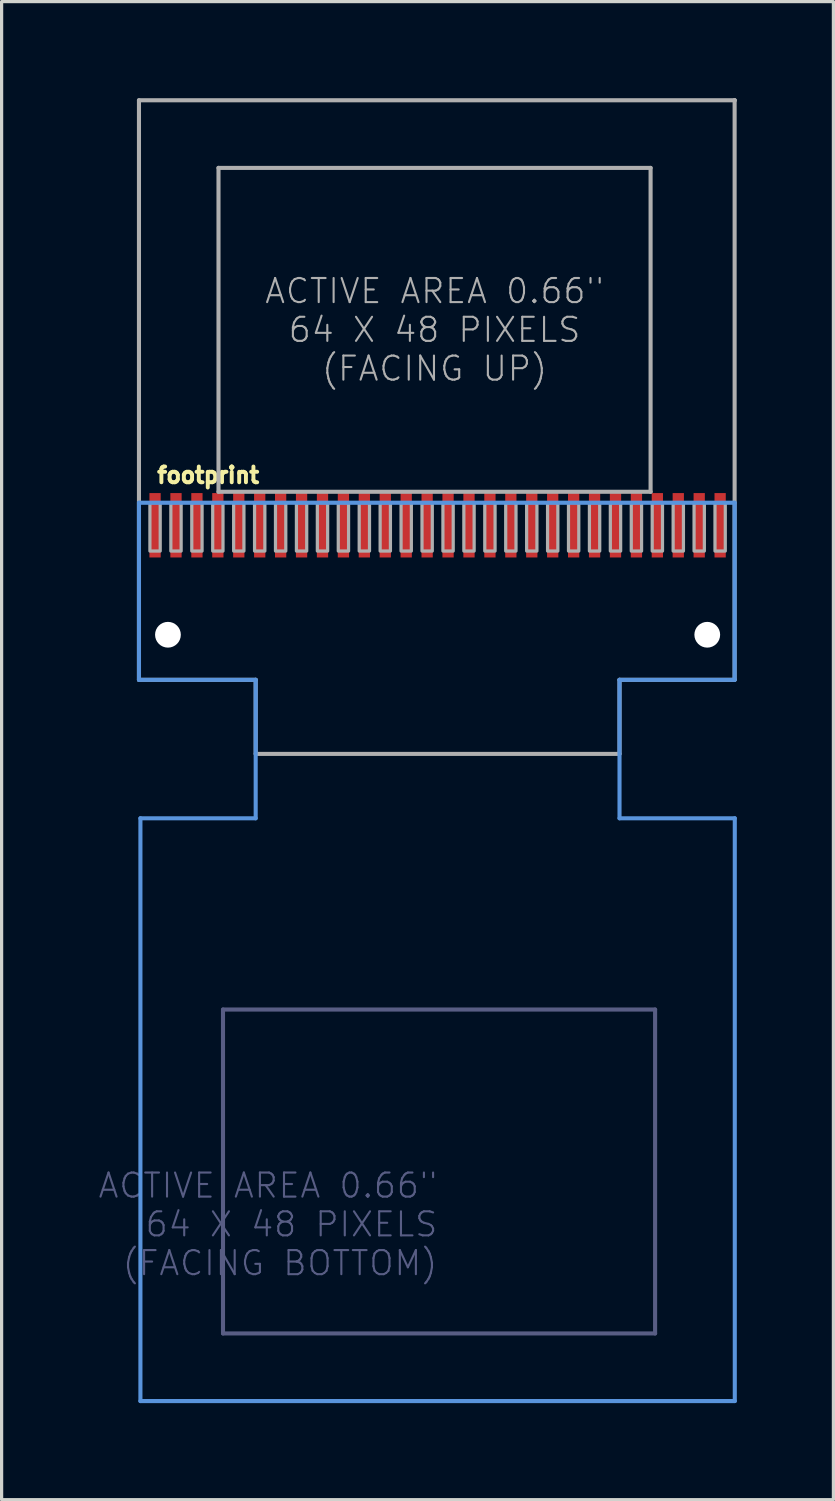
<source format=kicad_pcb>
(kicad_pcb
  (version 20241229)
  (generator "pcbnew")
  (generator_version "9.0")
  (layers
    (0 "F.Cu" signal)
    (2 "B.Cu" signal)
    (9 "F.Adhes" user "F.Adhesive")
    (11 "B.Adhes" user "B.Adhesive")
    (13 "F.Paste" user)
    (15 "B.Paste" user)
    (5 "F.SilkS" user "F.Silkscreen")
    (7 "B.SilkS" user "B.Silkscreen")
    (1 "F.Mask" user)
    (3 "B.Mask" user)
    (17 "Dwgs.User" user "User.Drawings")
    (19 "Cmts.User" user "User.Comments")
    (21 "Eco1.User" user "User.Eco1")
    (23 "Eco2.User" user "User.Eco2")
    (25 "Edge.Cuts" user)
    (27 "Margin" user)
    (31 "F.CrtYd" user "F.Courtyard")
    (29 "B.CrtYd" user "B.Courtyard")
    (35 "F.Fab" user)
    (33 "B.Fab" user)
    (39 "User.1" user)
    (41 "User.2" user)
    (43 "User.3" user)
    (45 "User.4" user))
  (footprint "footprint"
    (layer "F.Cu")
    (at 10.541 13.264)
    (property "Reference" "footprint" (at -8.775 -1.27 0) (layer "F.SilkS") (effects (font (size 0.488 0.488) (thickness 0.122)) (justify left bottom)))
    (fp_line (start -9.275 -0.7) (end -9.275 4.8) (stroke (width 0.127) (type solid)) (layer "Cmts.User"))
    (fp_line (start -9.275 4.8) (end -5.65 4.8) (stroke (width 0.127) (type solid)) (layer "Cmts.User"))
    (fp_line (start -9.23 9.1) (end -9.23 27.2) (stroke (width 0.127) (type solid)) (layer "Cmts.User"))
    (fp_line (start -9.23 27.2) (end 9.23 27.2) (stroke (width 0.127) (type solid)) (layer "Cmts.User"))
    (fp_line (start -5.65 4.8) (end -5.65 9.1) (stroke (width 0.127) (type solid)) (layer "Cmts.User"))
    (fp_line (start -5.65 9.1) (end -9.23 9.1) (stroke (width 0.127) (type solid)) (layer "Cmts.User"))
    (fp_line (start 5.65 4.8) (end 9.225 4.8) (stroke (width 0.127) (type solid)) (layer "Cmts.User"))
    (fp_line (start 5.65 9.1) (end 5.65 4.8) (stroke (width 0.127) (type solid)) (layer "Cmts.User"))
    (fp_line (start 9.225 -0.7) (end -9.275 -0.7) (stroke (width 0.127) (type solid)) (layer "Cmts.User"))
    (fp_line (start 9.225 4.8) (end 9.225 -0.7) (stroke (width 0.127) (type solid)) (layer "Cmts.User"))
    (fp_line (start 9.23 9.1) (end 5.65 9.1) (stroke (width 0.127) (type solid)) (layer "Cmts.User"))
    (fp_line (start 9.23 27.2) (end 9.23 9.1) (stroke (width 0.127) (type solid)) (layer "Cmts.User"))
    (fp_line (start -6.665 15.04) (end -6.665 25.1) (stroke (width 0.127) (type solid)) (layer "B.Fab"))
    (fp_line (start -6.665 25.1) (end 6.755 25.1) (stroke (width 0.127) (type solid)) (layer "B.Fab"))
    (fp_line (start 6.755 15.04) (end -6.665 15.04) (stroke (width 0.127) (type solid)) (layer "B.Fab"))
    (fp_line (start 6.755 25.1) (end 6.755 15.04) (stroke (width 0.127) (type solid)) (layer "B.Fab"))
    (fp_line (start -9.275 -13.2) (end -9.275 4.8) (stroke (width 0.127) (type solid)) (layer "F.Fab"))
    (fp_line (start -9.275 -13.2) (end 9.225 -13.2) (stroke (width 0.127) (type solid)) (layer "F.Fab"))
    (fp_line (start -9.275 4.8) (end -5.65 4.8) (stroke (width 0.127) (type solid)) (layer "F.Fab"))
    (fp_line (start -6.805 -11.1) (end -6.805 -1.04) (stroke (width 0.127) (type solid)) (layer "F.Fab"))
    (fp_line (start -6.805 -1.04) (end 6.615 -1.04) (stroke (width 0.127) (type solid)) (layer "F.Fab"))
    (fp_line (start -5.65 4.8) (end -5.65 7.1) (stroke (width 0.127) (type solid)) (layer "F.Fab"))
    (fp_line (start -5.65 7.1) (end 5.65 7.1) (stroke (width 0.127) (type solid)) (layer "F.Fab"))
    (fp_line (start 5.65 4.8) (end 9.225 4.8) (stroke (width 0.127) (type solid)) (layer "F.Fab"))
    (fp_line (start 5.65 7.1) (end 5.65 4.8) (stroke (width 0.127) (type solid)) (layer "F.Fab"))
    (fp_line (start 6.615 -11.1) (end -6.805 -11.1) (stroke (width 0.127) (type solid)) (layer "F.Fab"))
    (fp_line (start 6.615 -1.04) (end 6.615 -11.1) (stroke (width 0.127) (type solid)) (layer "F.Fab"))
    (fp_line (start 9.225 -13.2) (end 9.23 -13.2) (stroke (width 0.127) (type solid)) (layer "F.Fab"))
    (fp_line (start 9.225 4.8) (end 9.225 -13.2) (stroke (width 0.127) (type solid)) (layer "F.Fab"))
    (fp_poly (pts (xy -8.615 -0.7) (xy -8.935 -0.7) (xy -8.935 0.8) (xy -8.615 0.8)) (stroke (width 0.1) (type solid)) (fill no) (layer "F.Fab"))
    (fp_poly (pts (xy -7.965 -0.7) (xy -8.285 -0.7) (xy -8.285 0.8) (xy -7.965 0.8)) (stroke (width 0.1) (type solid)) (fill no) (layer "F.Fab"))
    (fp_poly (pts (xy -7.315 -0.7) (xy -7.635 -0.7) (xy -7.635 0.8) (xy -7.315 0.8)) (stroke (width 0.1) (type solid)) (fill no) (layer "F.Fab"))
    (fp_poly (pts (xy -6.665 -0.7) (xy -6.985 -0.7) (xy -6.985 0.8) (xy -6.665 0.8)) (stroke (width 0.1) (type solid)) (fill no) (layer "F.Fab"))
    (fp_poly (pts (xy -6.015 -0.7) (xy -6.335 -0.7) (xy -6.335 0.8) (xy -6.015 0.8)) (stroke (width 0.1) (type solid)) (fill no) (layer "F.Fab"))
    (fp_poly (pts (xy -5.365 -0.7) (xy -5.685 -0.7) (xy -5.685 0.8) (xy -5.365 0.8)) (stroke (width 0.1) (type solid)) (fill no) (layer "F.Fab"))
    (fp_poly (pts (xy -4.715 -0.7) (xy -5.035 -0.7) (xy -5.035 0.8) (xy -4.715 0.8)) (stroke (width 0.1) (type solid)) (fill no) (layer "F.Fab"))
    (fp_poly (pts (xy -4.065 -0.7) (xy -4.385 -0.7) (xy -4.385 0.8) (xy -4.065 0.8)) (stroke (width 0.1) (type solid)) (fill no) (layer "F.Fab"))
    (fp_poly (pts (xy -3.415 -0.7) (xy -3.735 -0.7) (xy -3.735 0.8) (xy -3.415 0.8)) (stroke (width 0.1) (type solid)) (fill no) (layer "F.Fab"))
    (fp_poly (pts (xy -2.765 -0.7) (xy -3.085 -0.7) (xy -3.085 0.8) (xy -2.765 0.8)) (stroke (width 0.1) (type solid)) (fill no) (layer "F.Fab"))
    (fp_poly (pts (xy -2.115 -0.7) (xy -2.435 -0.7) (xy -2.435 0.8) (xy -2.115 0.8)) (stroke (width 0.1) (type solid)) (fill no) (layer "F.Fab"))
    (fp_poly (pts (xy -1.465 -0.7) (xy -1.785 -0.7) (xy -1.785 0.8) (xy -1.465 0.8)) (stroke (width 0.1) (type solid)) (fill no) (layer "F.Fab"))
    (fp_poly (pts (xy -0.815 -0.7) (xy -1.135 -0.7) (xy -1.135 0.8) (xy -0.815 0.8)) (stroke (width 0.1) (type solid)) (fill no) (layer "F.Fab"))
    (fp_poly (pts (xy -0.165 -0.7) (xy -0.485 -0.7) (xy -0.485 0.8) (xy -0.165 0.8)) (stroke (width 0.1) (type solid)) (fill no) (layer "F.Fab"))
    (fp_poly (pts (xy 0.485 -0.7) (xy 0.165 -0.7) (xy 0.165 0.8) (xy 0.485 0.8)) (stroke (width 0.1) (type solid)) (fill no) (layer "F.Fab"))
    (fp_poly (pts (xy 1.135 -0.7) (xy 0.815 -0.7) (xy 0.815 0.8) (xy 1.135 0.8)) (stroke (width 0.1) (type solid)) (fill no) (layer "F.Fab"))
    (fp_poly (pts (xy 1.785 -0.7) (xy 1.465 -0.7) (xy 1.465 0.8) (xy 1.785 0.8)) (stroke (width 0.1) (type solid)) (fill no) (layer "F.Fab"))
    (fp_poly (pts (xy 2.435 -0.7) (xy 2.115 -0.7) (xy 2.115 0.8) (xy 2.435 0.8)) (stroke (width 0.1) (type solid)) (fill no) (layer "F.Fab"))
    (fp_poly (pts (xy 3.085 -0.7) (xy 2.765 -0.7) (xy 2.765 0.8) (xy 3.085 0.8)) (stroke (width 0.1) (type solid)) (fill no) (layer "F.Fab"))
    (fp_poly (pts (xy 3.735 -0.7) (xy 3.415 -0.7) (xy 3.415 0.8) (xy 3.735 0.8)) (stroke (width 0.1) (type solid)) (fill no) (layer "F.Fab"))
    (fp_poly (pts (xy 4.385 -0.7) (xy 4.065 -0.7) (xy 4.065 0.8) (xy 4.385 0.8)) (stroke (width 0.1) (type solid)) (fill no) (layer "F.Fab"))
    (fp_poly (pts (xy 5.035 -0.7) (xy 4.715 -0.7) (xy 4.715 0.8) (xy 5.035 0.8)) (stroke (width 0.1) (type solid)) (fill no) (layer "F.Fab"))
    (fp_poly (pts (xy 5.685 -0.7) (xy 5.365 -0.7) (xy 5.365 0.8) (xy 5.685 0.8)) (stroke (width 0.1) (type solid)) (fill no) (layer "F.Fab"))
    (fp_poly (pts (xy 6.335 -0.7) (xy 6.015 -0.7) (xy 6.015 0.8) (xy 6.335 0.8)) (stroke (width 0.1) (type solid)) (fill no) (layer "F.Fab"))
    (fp_poly (pts (xy 6.985 -0.7) (xy 6.665 -0.7) (xy 6.665 0.8) (xy 6.985 0.8)) (stroke (width 0.1) (type solid)) (fill no) (layer "F.Fab"))
    (fp_poly (pts (xy 7.635 -0.7) (xy 7.315 -0.7) (xy 7.315 0.8) (xy 7.635 0.8)) (stroke (width 0.1) (type solid)) (fill no) (layer "F.Fab"))
    (fp_poly (pts (xy 8.285 -0.7) (xy 7.965 -0.7) (xy 7.965 0.8) (xy 8.285 0.8)) (stroke (width 0.1) (type solid)) (fill no) (layer "F.Fab"))
    (fp_poly (pts (xy 8.935 -0.7) (xy 8.615 -0.7) (xy 8.615 0.8) (xy 8.935 0.8)) (stroke (width 0.1) (type solid)) (fill no) (layer "F.Fab"))
    (fp_text user "ACTIVE AREA 0.66\"\n64 X 48 PIXELS\n(FACING BOTTOM)" (at 0.045 20.07 0) (layer "B.Fab") (effects (font (size 0.748 0.748) (thickness 0.065)) (justify right top)))
    (fp_text user "ACTIVE AREA 0.66\"\n64 X 48 PIXELS\n(FACING UP)" (at -0.095 -6.07 0) (layer "F.Fab") (effects (font (size 0.748 0.748) (thickness 0.065))))
    (pad "" np_thru_hole circle (at -8.375 3.4) (size 0.8 0.8) (drill 0.8) (layers "*.Cu" "*.Mask"))
    (pad "" np_thru_hole circle (at 8.375 3.4) (size 0.8 0.8) (drill 0.8) (layers "*.Cu" "*.Mask"))
    (pad "1" smd rect (at -8.775 0) (size 0.35 2) (layers "F.Cu" "F.Mask" "F.Paste"))
    (pad "2" smd rect (at -8.125 0) (size 0.35 2) (layers "F.Cu" "F.Mask" "F.Paste"))
    (pad "3" smd rect (at -7.475 0) (size 0.35 2) (layers "F.Cu" "F.Mask" "F.Paste"))
    (pad "4" smd rect (at -6.825 0) (size 0.35 2) (layers "F.Cu" "F.Mask" "F.Paste"))
    (pad "5" smd rect (at -6.175 0) (size 0.35 2) (layers "F.Cu" "F.Mask" "F.Paste"))
    (pad "6" smd rect (at -5.525 0) (size 0.35 2) (layers "F.Cu" "F.Mask" "F.Paste"))
    (pad "7" smd rect (at -4.875 0) (size 0.35 2) (layers "F.Cu" "F.Mask" "F.Paste"))
    (pad "8" smd rect (at -4.225 0) (size 0.35 2) (layers "F.Cu" "F.Mask" "F.Paste"))
    (pad "9" smd rect (at -3.575 0) (size 0.35 2) (layers "F.Cu" "F.Mask" "F.Paste"))
    (pad "10" smd rect (at -2.925 0) (size 0.35 2) (layers "F.Cu" "F.Mask" "F.Paste"))
    (pad "11" smd rect (at -2.275 0) (size 0.35 2) (layers "F.Cu" "F.Mask" "F.Paste"))
    (pad "12" smd rect (at -1.625 0) (size 0.35 2) (layers "F.Cu" "F.Mask" "F.Paste"))
    (pad "13" smd rect (at -0.975 0) (size 0.35 2) (layers "F.Cu" "F.Mask" "F.Paste"))
    (pad "14" smd rect (at -0.325 0) (size 0.35 2) (layers "F.Cu" "F.Mask" "F.Paste"))
    (pad "15" smd rect (at 0.325 0) (size 0.35 2) (layers "F.Cu" "F.Mask" "F.Paste"))
    (pad "16" smd rect (at 0.975 0) (size 0.35 2) (layers "F.Cu" "F.Mask" "F.Paste"))
    (pad "17" smd rect (at 1.625 0) (size 0.35 2) (layers "F.Cu" "F.Mask" "F.Paste"))
    (pad "18" smd rect (at 2.275 0) (size 0.35 2) (layers "F.Cu" "F.Mask" "F.Paste"))
    (pad "19" smd rect (at 2.925 0) (size 0.35 2) (layers "F.Cu" "F.Mask" "F.Paste"))
    (pad "20" smd rect (at 3.575 0) (size 0.35 2) (layers "F.Cu" "F.Mask" "F.Paste"))
    (pad "21" smd rect (at 4.225 0) (size 0.35 2) (layers "F.Cu" "F.Mask" "F.Paste"))
    (pad "22" smd rect (at 4.875 0) (size 0.35 2) (layers "F.Cu" "F.Mask" "F.Paste"))
    (pad "23" smd rect (at 5.525 0) (size 0.35 2) (layers "F.Cu" "F.Mask" "F.Paste"))
    (pad "24" smd rect (at 6.175 0) (size 0.35 2) (layers "F.Cu" "F.Mask" "F.Paste"))
    (pad "25" smd rect (at 6.825 0) (size 0.35 2) (layers "F.Cu" "F.Mask" "F.Paste"))
    (pad "26" smd rect (at 7.475 0) (size 0.35 2) (layers "F.Cu" "F.Mask" "F.Paste"))
    (pad "27" smd rect (at 8.125 0) (size 0.35 2) (layers "F.Cu" "F.Mask" "F.Paste"))
    (pad "28" smd rect (at 8.775 0) (size 0.35 2) (layers "F.Cu" "F.Mask" "F.Paste")))
  (gr_rect
    (start -3 -3)
    (end 22.834 43.527)
    (stroke (width 0.1) (type default))
    (fill no)
    (layer "Edge.Cuts")))
</source>
